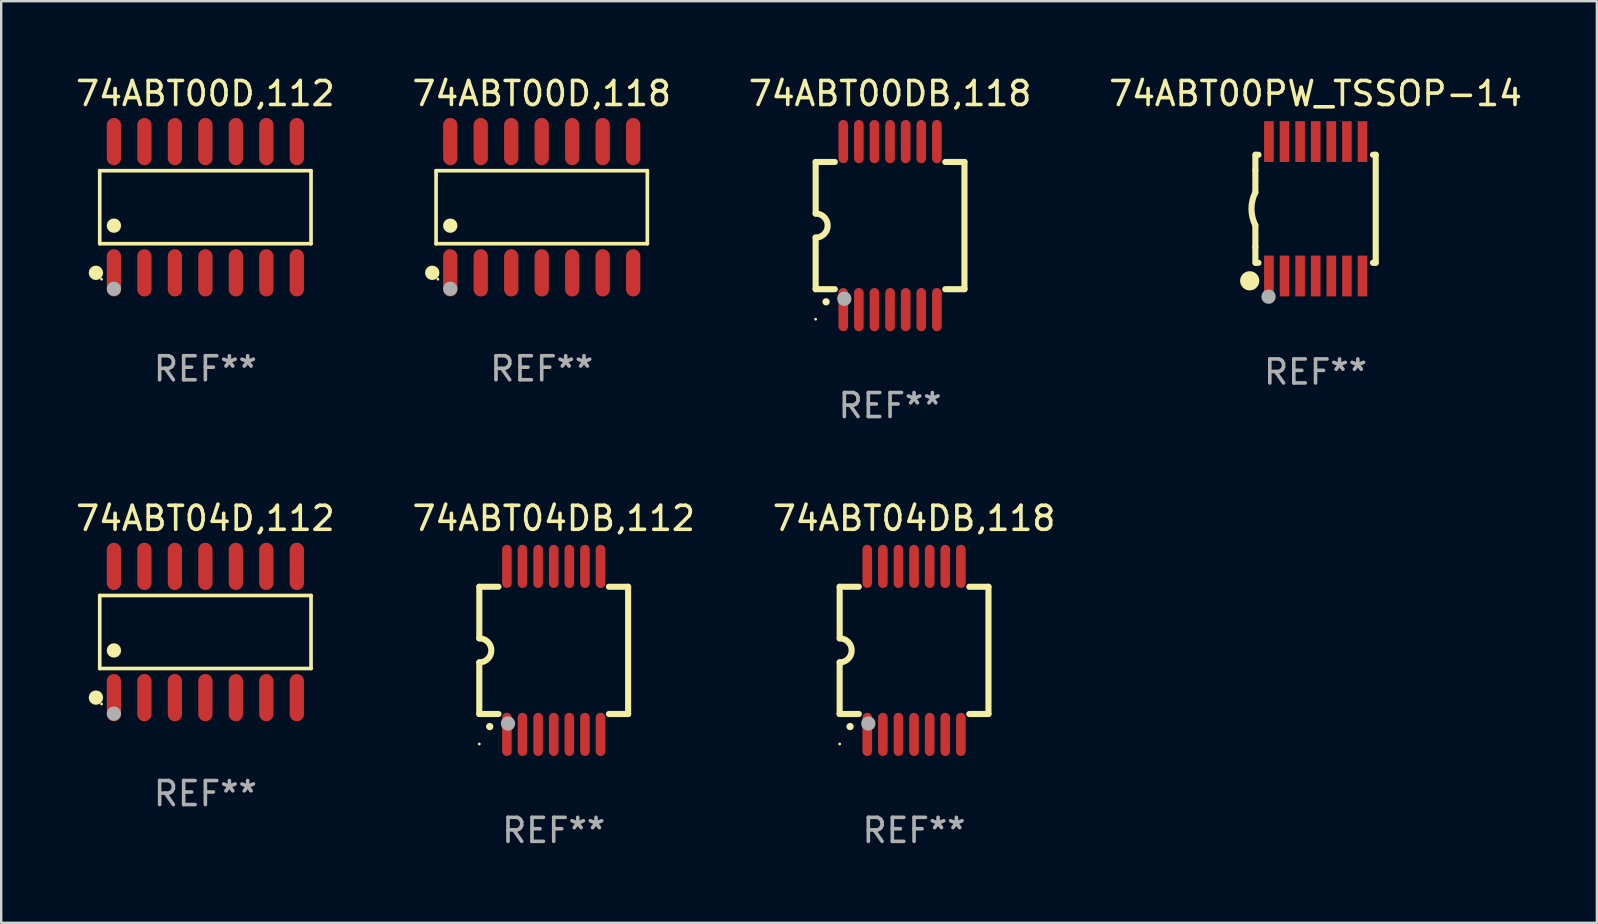
<source format=kicad_pcb>
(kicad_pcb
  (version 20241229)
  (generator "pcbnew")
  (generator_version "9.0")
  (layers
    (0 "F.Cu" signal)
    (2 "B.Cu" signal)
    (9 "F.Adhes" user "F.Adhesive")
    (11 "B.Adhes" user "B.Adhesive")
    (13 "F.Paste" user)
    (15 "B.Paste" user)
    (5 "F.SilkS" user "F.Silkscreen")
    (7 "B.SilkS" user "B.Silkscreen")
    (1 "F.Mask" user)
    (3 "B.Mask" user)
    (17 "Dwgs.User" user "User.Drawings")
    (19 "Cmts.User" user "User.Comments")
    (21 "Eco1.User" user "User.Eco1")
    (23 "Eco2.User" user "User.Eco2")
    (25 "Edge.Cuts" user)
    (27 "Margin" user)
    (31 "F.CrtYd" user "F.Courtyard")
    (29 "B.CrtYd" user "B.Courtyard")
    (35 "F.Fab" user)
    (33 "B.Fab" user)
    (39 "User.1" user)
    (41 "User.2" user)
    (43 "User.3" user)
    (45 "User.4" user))
  (footprint "74ABT00PW_TSSOP-14"
    (layer "F.Cu")
    (at 51.756 5.648)
    (property "Reference" "74ABT00PW_TSSOP-14" (at 0 -4.8 0) (layer "F.SilkS") (effects (font (size 1 1) (thickness 0.15))))
    (attr through_hole)
    (fp_line (start -2.507 -1.6) (end -2.507 -2.25) (stroke (width 0.254) (type solid)) (layer "F.SilkS"))
    (fp_line (start -2.507 -0.686) (end -2.507 -1.6) (stroke (width 0.254) (type solid)) (layer "F.SilkS"))
    (fp_line (start -2.507 1.6) (end -2.507 0.686) (stroke (width 0.254) (type solid)) (layer "F.SilkS"))
    (fp_line (start -2.507 1.6) (end -2.507 2.25) (stroke (width 0.254) (type solid)) (layer "F.SilkS"))
    (fp_line (start -2.493 -2.25) (end -2.377 -2.25) (stroke (width 0.254) (type solid)) (layer "F.SilkS"))
    (fp_line (start -2.377 2.25) (end -2.493 2.25) (stroke (width 0.254) (type solid)) (layer "F.SilkS"))
    (fp_line (start 2.392 -2.25) (end 2.507 -2.25) (stroke (width 0.254) (type solid)) (layer "F.SilkS"))
    (fp_line (start 2.507 -2.25) (end 2.507 2.25) (stroke (width 0.254) (type solid)) (layer "F.SilkS"))
    (fp_line (start 2.507 2.25) (end 2.392 2.25) (stroke (width 0.254) (type solid)) (layer "F.SilkS"))
    (fp_arc (start -2.507303 0.685802) (mid -2.669199 0) (end -2.507303 -0.685801) (stroke (width 0.254001) (type solid)) (layer "F.SilkS"))
    (fp_circle (center -2.743 3) (end -2.543 3) (stroke (width 0.4) (type solid)) (fill no) (layer "F.SilkS"))
    (fp_circle (center -2.493 3.2) (end -2.463 3.2) (stroke (width 0.06) (type solid)) (fill no) (layer "F.SilkS"))
    (fp_circle (center -1.957 3.662) (end -1.807 3.662) (stroke (width 0.3) (type solid)) (fill no) (layer "F.Fab"))
    (fp_text user "REF**" (at 0 6.8 0) (layer "F.Fab") (effects (font (size 1 1) (thickness 0.15))))
    (pad "1" smd rect (at -1.943 2.8) (size 0.4 1.7) (layers "F.Cu" "F.Mask" "F.Paste"))
    (pad "2" smd rect (at -1.293 2.8) (size 0.4 1.7) (layers "F.Cu" "F.Mask" "F.Paste"))
    (pad "3" smd rect (at -0.643 2.8) (size 0.4 1.7) (layers "F.Cu" "F.Mask" "F.Paste"))
    (pad "4" smd rect (at 0.007 2.8) (size 0.4 1.7) (layers "F.Cu" "F.Mask" "F.Paste"))
    (pad "5" smd rect (at 0.657 2.8) (size 0.4 1.7) (layers "F.Cu" "F.Mask" "F.Paste"))
    (pad "6" smd rect (at 1.307 2.8) (size 0.4 1.7) (layers "F.Cu" "F.Mask" "F.Paste"))
    (pad "7" smd rect (at 1.957 2.8) (size 0.4 1.7) (layers "F.Cu" "F.Mask" "F.Paste"))
    (pad "8" smd rect (at 1.957 -2.8) (size 0.4 1.7) (layers "F.Cu" "F.Mask" "F.Paste"))
    (pad "9" smd rect (at 1.307 -2.8) (size 0.4 1.7) (layers "F.Cu" "F.Mask" "F.Paste"))
    (pad "10" smd rect (at 0.657 -2.8) (size 0.4 1.7) (layers "F.Cu" "F.Mask" "F.Paste"))
    (pad "11" smd rect (at 0.007 -2.8) (size 0.4 1.7) (layers "F.Cu" "F.Mask" "F.Paste"))
    (pad "12" smd rect (at -0.643 -2.8) (size 0.4 1.7) (layers "F.Cu" "F.Mask" "F.Paste"))
    (pad "13" smd rect (at -1.293 -2.8) (size 0.4 1.7) (layers "F.Cu" "F.Mask" "F.Paste"))
    (pad "14" smd rect (at -1.943 -2.8) (size 0.4 1.7) (layers "F.Cu" "F.Mask" "F.Paste")))
  (footprint "74ABT04D,112"
    (layer "F.Cu")
    (at 5.506 23.279)
    (property "Reference" "74ABT04D,112" (at 0 -4.734 0) (layer "F.SilkS") (effects (font (size 1 1) (thickness 0.15))))
    (attr through_hole)
    (fp_line (start -4.401 -1.521) (end 4.401 -1.521) (stroke (width 0.152) (type solid)) (layer "F.SilkS"))
    (fp_line (start -4.401 1.521) (end -4.401 -1.521) (stroke (width 0.152) (type solid)) (layer "F.SilkS"))
    (fp_line (start 4.401 -1.521) (end 4.401 1.521) (stroke (width 0.152) (type solid)) (layer "F.SilkS"))
    (fp_line (start 4.401 1.521) (end -4.401 1.521) (stroke (width 0.152) (type solid)) (layer "F.SilkS"))
    (fp_circle (center -4.56 2.734) (end -4.41 2.734) (stroke (width 0.3) (type solid)) (fill no) (layer "F.SilkS"))
    (fp_circle (center -4.325 3) (end -4.295 3) (stroke (width 0.06) (type solid)) (fill no) (layer "F.SilkS"))
    (fp_circle (center -3.81 0.769) (end -3.66 0.769) (stroke (width 0.3) (type solid)) (fill no) (layer "F.SilkS"))
    (fp_circle (center -3.81 3.4) (end -3.66 3.4) (stroke (width 0.3) (type solid)) (fill no) (layer "F.Fab"))
    (fp_text user "REF**" (at 0 6.734 0) (layer "F.Fab") (effects (font (size 1 1) (thickness 0.15))))
    (pad "1" smd oval (at -3.81 2.734) (size 0.595 1.968) (layers "F.Cu" "F.Mask" "F.Paste"))
    (pad "2" smd oval (at -2.54 2.734) (size 0.595 1.968) (layers "F.Cu" "F.Mask" "F.Paste"))
    (pad "3" smd oval (at -1.27 2.734) (size 0.595 1.968) (layers "F.Cu" "F.Mask" "F.Paste"))
    (pad "4" smd oval (at 0 2.734) (size 0.595 1.968) (layers "F.Cu" "F.Mask" "F.Paste"))
    (pad "5" smd oval (at 1.27 2.734) (size 0.595 1.968) (layers "F.Cu" "F.Mask" "F.Paste"))
    (pad "6" smd oval (at 2.54 2.734) (size 0.595 1.968) (layers "F.Cu" "F.Mask" "F.Paste"))
    (pad "7" smd oval (at 3.81 2.734) (size 0.595 1.968) (layers "F.Cu" "F.Mask" "F.Paste"))
    (pad "8" smd oval (at 3.81 -2.734) (size 0.595 1.968) (layers "F.Cu" "F.Mask" "F.Paste"))
    (pad "9" smd oval (at 2.54 -2.734) (size 0.595 1.968) (layers "F.Cu" "F.Mask" "F.Paste"))
    (pad "10" smd oval (at 1.27 -2.734) (size 0.595 1.968) (layers "F.Cu" "F.Mask" "F.Paste"))
    (pad "11" smd oval (at 0 -2.734) (size 0.595 1.968) (layers "F.Cu" "F.Mask" "F.Paste"))
    (pad "12" smd oval (at -1.27 -2.734) (size 0.595 1.968) (layers "F.Cu" "F.Mask" "F.Paste"))
    (pad "13" smd oval (at -2.54 -2.734) (size 0.595 1.968) (layers "F.Cu" "F.Mask" "F.Paste"))
    (pad "14" smd oval (at -3.81 -2.734) (size 0.595 1.968) (layers "F.Cu" "F.Mask" "F.Paste")))
  (footprint "74ABT04DB,112"
    (layer "F.Cu")
    (at 20.018 24.045)
    (property "Reference" "74ABT04DB,112" (at 0 -5.5 0) (layer "F.SilkS") (effects (font (size 1 1) (thickness 0.15))))
    (attr through_hole)
    (fp_line (start -3.1 2.65) (end -3.1 0.5) (stroke (width 0.254) (type solid)) (layer "F.SilkS"))
    (fp_line (start -3.099 -2.65) (end -2.301 -2.65) (stroke (width 0.254) (type solid)) (layer "F.SilkS"))
    (fp_line (start -3.099 -0.5) (end -3.099 -2.65) (stroke (width 0.254) (type solid)) (layer "F.SilkS"))
    (fp_line (start -2.301 2.65) (end -3.1 2.65) (stroke (width 0.254) (type solid)) (layer "F.SilkS"))
    (fp_line (start 2.301 -2.65) (end 3.1 -2.65) (stroke (width 0.254) (type solid)) (layer "F.SilkS"))
    (fp_line (start 3.1 -2.65) (end 3.1 2.65) (stroke (width 0.254) (type solid)) (layer "F.SilkS"))
    (fp_line (start 3.1 2.65) (end 2.301 2.65) (stroke (width 0.254) (type solid)) (layer "F.SilkS"))
    (fp_arc (start -3.098806 -0.500381) (mid -2.598806 0) (end -3.098806 0.500381) (stroke (width 0.254001) (type solid)) (layer "F.SilkS"))
    (fp_arc (start -2.667005 3.175006) (mid -2.665735 3.175001) (end -2.664465 3.175006) (stroke (width 0.3) (type solid)) (layer "F.SilkS"))
    (fp_circle (center -3.1 3.9) (end -3.07 3.9) (stroke (width 0.06) (type solid)) (fill no) (layer "F.SilkS"))
    (fp_circle (center -1.905 3.048) (end -1.755 3.048) (stroke (width 0.3) (type solid)) (fill no) (layer "F.Fab"))
    (fp_text user "REF**" (at 0 7.5 0) (layer "F.Fab") (effects (font (size 1 1) (thickness 0.15))))
    (pad "1" smd oval (at -1.95 3.5 270) (size 1.8 0.4) (layers "F.Cu" "F.Mask" "F.Paste"))
    (pad "2" smd oval (at -1.3 3.5 270) (size 1.8 0.4) (layers "F.Cu" "F.Mask" "F.Paste"))
    (pad "3" smd oval (at -0.65 3.5 270) (size 1.8 0.4) (layers "F.Cu" "F.Mask" "F.Paste"))
    (pad "4" smd oval (at 0 3.5 270) (size 1.8 0.4) (layers "F.Cu" "F.Mask" "F.Paste"))
    (pad "5" smd oval (at 0.65 3.5 270) (size 1.8 0.4) (layers "F.Cu" "F.Mask" "F.Paste"))
    (pad "6" smd oval (at 1.3 3.5 270) (size 1.8 0.4) (layers "F.Cu" "F.Mask" "F.Paste"))
    (pad "7" smd oval (at 1.95 3.5 270) (size 1.8 0.4) (layers "F.Cu" "F.Mask" "F.Paste"))
    (pad "8" smd oval (at 1.95 -3.5 90) (size 1.8 0.4) (layers "F.Cu" "F.Mask" "F.Paste"))
    (pad "9" smd oval (at 1.3 -3.5 90) (size 1.8 0.4) (layers "F.Cu" "F.Mask" "F.Paste"))
    (pad "10" smd oval (at 0.65 -3.5 90) (size 1.8 0.4) (layers "F.Cu" "F.Mask" "F.Paste"))
    (pad "11" smd oval (at 0 -3.5 90) (size 1.8 0.4) (layers "F.Cu" "F.Mask" "F.Paste"))
    (pad "12" smd oval (at -0.65 -3.5 90) (size 1.8 0.4) (layers "F.Cu" "F.Mask" "F.Paste"))
    (pad "13" smd oval (at -1.3 -3.5 90) (size 1.8 0.4) (layers "F.Cu" "F.Mask" "F.Paste"))
    (pad "14" smd oval (at -1.95 -3.5 90) (size 1.8 0.4) (layers "F.Cu" "F.Mask" "F.Paste")))
  (footprint "74ABT00D,112"
    (layer "F.Cu")
    (at 5.506 5.582)
    (property "Reference" "74ABT00D,112" (at 0 -4.734 0) (layer "F.SilkS") (effects (font (size 1 1) (thickness 0.15))))
    (attr through_hole)
    (fp_line (start -4.401 -1.521) (end 4.401 -1.521) (stroke (width 0.152) (type solid)) (layer "F.SilkS"))
    (fp_line (start -4.401 1.521) (end -4.401 -1.521) (stroke (width 0.152) (type solid)) (layer "F.SilkS"))
    (fp_line (start 4.401 -1.521) (end 4.401 1.521) (stroke (width 0.152) (type solid)) (layer "F.SilkS"))
    (fp_line (start 4.401 1.521) (end -4.401 1.521) (stroke (width 0.152) (type solid)) (layer "F.SilkS"))
    (fp_circle (center -4.56 2.734) (end -4.41 2.734) (stroke (width 0.3) (type solid)) (fill no) (layer "F.SilkS"))
    (fp_circle (center -4.325 3) (end -4.295 3) (stroke (width 0.06) (type solid)) (fill no) (layer "F.SilkS"))
    (fp_circle (center -3.81 0.769) (end -3.66 0.769) (stroke (width 0.3) (type solid)) (fill no) (layer "F.SilkS"))
    (fp_circle (center -3.81 3.4) (end -3.66 3.4) (stroke (width 0.3) (type solid)) (fill no) (layer "F.Fab"))
    (fp_text user "REF**" (at 0 6.734 0) (layer "F.Fab") (effects (font (size 1 1) (thickness 0.15))))
    (pad "1" smd oval (at -3.81 2.734) (size 0.595 1.968) (layers "F.Cu" "F.Mask" "F.Paste"))
    (pad "2" smd oval (at -2.54 2.734) (size 0.595 1.968) (layers "F.Cu" "F.Mask" "F.Paste"))
    (pad "3" smd oval (at -1.27 2.734) (size 0.595 1.968) (layers "F.Cu" "F.Mask" "F.Paste"))
    (pad "4" smd oval (at 0 2.734) (size 0.595 1.968) (layers "F.Cu" "F.Mask" "F.Paste"))
    (pad "5" smd oval (at 1.27 2.734) (size 0.595 1.968) (layers "F.Cu" "F.Mask" "F.Paste"))
    (pad "6" smd oval (at 2.54 2.734) (size 0.595 1.968) (layers "F.Cu" "F.Mask" "F.Paste"))
    (pad "7" smd oval (at 3.81 2.734) (size 0.595 1.968) (layers "F.Cu" "F.Mask" "F.Paste"))
    (pad "8" smd oval (at 3.81 -2.734) (size 0.595 1.968) (layers "F.Cu" "F.Mask" "F.Paste"))
    (pad "9" smd oval (at 2.54 -2.734) (size 0.595 1.968) (layers "F.Cu" "F.Mask" "F.Paste"))
    (pad "10" smd oval (at 1.27 -2.734) (size 0.595 1.968) (layers "F.Cu" "F.Mask" "F.Paste"))
    (pad "11" smd oval (at 0 -2.734) (size 0.595 1.968) (layers "F.Cu" "F.Mask" "F.Paste"))
    (pad "12" smd oval (at -1.27 -2.734) (size 0.595 1.968) (layers "F.Cu" "F.Mask" "F.Paste"))
    (pad "13" smd oval (at -2.54 -2.734) (size 0.595 1.968) (layers "F.Cu" "F.Mask" "F.Paste"))
    (pad "14" smd oval (at -3.81 -2.734) (size 0.595 1.968) (layers "F.Cu" "F.Mask" "F.Paste")))
  (footprint "74ABT04DB,118"
    (layer "F.Cu")
    (at 35.03 24.045)
    (property "Reference" "74ABT04DB,118" (at 0 -5.5 0) (layer "F.SilkS") (effects (font (size 1 1) (thickness 0.15))))
    (attr through_hole)
    (fp_line (start -3.1 2.65) (end -3.1 0.5) (stroke (width 0.254) (type solid)) (layer "F.SilkS"))
    (fp_line (start -3.099 -2.65) (end -2.301 -2.65) (stroke (width 0.254) (type solid)) (layer "F.SilkS"))
    (fp_line (start -3.099 -0.5) (end -3.099 -2.65) (stroke (width 0.254) (type solid)) (layer "F.SilkS"))
    (fp_line (start -2.301 2.65) (end -3.1 2.65) (stroke (width 0.254) (type solid)) (layer "F.SilkS"))
    (fp_line (start 2.301 -2.65) (end 3.1 -2.65) (stroke (width 0.254) (type solid)) (layer "F.SilkS"))
    (fp_line (start 3.1 -2.65) (end 3.1 2.65) (stroke (width 0.254) (type solid)) (layer "F.SilkS"))
    (fp_line (start 3.1 2.65) (end 2.301 2.65) (stroke (width 0.254) (type solid)) (layer "F.SilkS"))
    (fp_arc (start -3.098806 -0.500381) (mid -2.598806 0) (end -3.098806 0.500381) (stroke (width 0.254001) (type solid)) (layer "F.SilkS"))
    (fp_arc (start -2.667005 3.175006) (mid -2.665735 3.175001) (end -2.664465 3.175006) (stroke (width 0.3) (type solid)) (layer "F.SilkS"))
    (fp_circle (center -3.1 3.9) (end -3.07 3.9) (stroke (width 0.06) (type solid)) (fill no) (layer "F.SilkS"))
    (fp_circle (center -1.905 3.048) (end -1.755 3.048) (stroke (width 0.3) (type solid)) (fill no) (layer "F.Fab"))
    (fp_text user "REF**" (at 0 7.5 0) (layer "F.Fab") (effects (font (size 1 1) (thickness 0.15))))
    (pad "1" smd oval (at -1.95 3.5 270) (size 1.8 0.4) (layers "F.Cu" "F.Mask" "F.Paste"))
    (pad "2" smd oval (at -1.3 3.5 270) (size 1.8 0.4) (layers "F.Cu" "F.Mask" "F.Paste"))
    (pad "3" smd oval (at -0.65 3.5 270) (size 1.8 0.4) (layers "F.Cu" "F.Mask" "F.Paste"))
    (pad "4" smd oval (at 0 3.5 270) (size 1.8 0.4) (layers "F.Cu" "F.Mask" "F.Paste"))
    (pad "5" smd oval (at 0.65 3.5 270) (size 1.8 0.4) (layers "F.Cu" "F.Mask" "F.Paste"))
    (pad "6" smd oval (at 1.3 3.5 270) (size 1.8 0.4) (layers "F.Cu" "F.Mask" "F.Paste"))
    (pad "7" smd oval (at 1.95 3.5 270) (size 1.8 0.4) (layers "F.Cu" "F.Mask" "F.Paste"))
    (pad "8" smd oval (at 1.95 -3.5 90) (size 1.8 0.4) (layers "F.Cu" "F.Mask" "F.Paste"))
    (pad "9" smd oval (at 1.3 -3.5 90) (size 1.8 0.4) (layers "F.Cu" "F.Mask" "F.Paste"))
    (pad "10" smd oval (at 0.65 -3.5 90) (size 1.8 0.4) (layers "F.Cu" "F.Mask" "F.Paste"))
    (pad "11" smd oval (at 0 -3.5 90) (size 1.8 0.4) (layers "F.Cu" "F.Mask" "F.Paste"))
    (pad "12" smd oval (at -0.65 -3.5 90) (size 1.8 0.4) (layers "F.Cu" "F.Mask" "F.Paste"))
    (pad "13" smd oval (at -1.3 -3.5 90) (size 1.8 0.4) (layers "F.Cu" "F.Mask" "F.Paste"))
    (pad "14" smd oval (at -1.95 -3.5 90) (size 1.8 0.4) (layers "F.Cu" "F.Mask" "F.Paste")))
  (footprint "74ABT00DB,118"
    (layer "F.Cu")
    (at 34.03 6.348)
    (property "Reference" "74ABT00DB,118" (at 0 -5.5 0) (layer "F.SilkS") (effects (font (size 1 1) (thickness 0.15))))
    (attr through_hole)
    (fp_line (start -3.1 2.65) (end -3.1 0.5) (stroke (width 0.254) (type solid)) (layer "F.SilkS"))
    (fp_line (start -3.099 -2.65) (end -2.301 -2.65) (stroke (width 0.254) (type solid)) (layer "F.SilkS"))
    (fp_line (start -3.099 -0.5) (end -3.099 -2.65) (stroke (width 0.254) (type solid)) (layer "F.SilkS"))
    (fp_line (start -2.301 2.65) (end -3.1 2.65) (stroke (width 0.254) (type solid)) (layer "F.SilkS"))
    (fp_line (start 2.301 -2.65) (end 3.1 -2.65) (stroke (width 0.254) (type solid)) (layer "F.SilkS"))
    (fp_line (start 3.1 -2.65) (end 3.1 2.65) (stroke (width 0.254) (type solid)) (layer "F.SilkS"))
    (fp_line (start 3.1 2.65) (end 2.301 2.65) (stroke (width 0.254) (type solid)) (layer "F.SilkS"))
    (fp_arc (start -3.098806 -0.500381) (mid -2.598806 0) (end -3.098806 0.500381) (stroke (width 0.254001) (type solid)) (layer "F.SilkS"))
    (fp_arc (start -2.667005 3.175006) (mid -2.665735 3.175001) (end -2.664465 3.175006) (stroke (width 0.3) (type solid)) (layer "F.SilkS"))
    (fp_circle (center -3.1 3.9) (end -3.07 3.9) (stroke (width 0.06) (type solid)) (fill no) (layer "F.SilkS"))
    (fp_circle (center -1.905 3.048) (end -1.755 3.048) (stroke (width 0.3) (type solid)) (fill no) (layer "F.Fab"))
    (fp_text user "REF**" (at 0 7.5 0) (layer "F.Fab") (effects (font (size 1 1) (thickness 0.15))))
    (pad "1" smd oval (at -1.95 3.5 270) (size 1.8 0.4) (layers "F.Cu" "F.Mask" "F.Paste"))
    (pad "2" smd oval (at -1.3 3.5 270) (size 1.8 0.4) (layers "F.Cu" "F.Mask" "F.Paste"))
    (pad "3" smd oval (at -0.65 3.5 270) (size 1.8 0.4) (layers "F.Cu" "F.Mask" "F.Paste"))
    (pad "4" smd oval (at 0 3.5 270) (size 1.8 0.4) (layers "F.Cu" "F.Mask" "F.Paste"))
    (pad "5" smd oval (at 0.65 3.5 270) (size 1.8 0.4) (layers "F.Cu" "F.Mask" "F.Paste"))
    (pad "6" smd oval (at 1.3 3.5 270) (size 1.8 0.4) (layers "F.Cu" "F.Mask" "F.Paste"))
    (pad "7" smd oval (at 1.95 3.5 270) (size 1.8 0.4) (layers "F.Cu" "F.Mask" "F.Paste"))
    (pad "8" smd oval (at 1.95 -3.5 90) (size 1.8 0.4) (layers "F.Cu" "F.Mask" "F.Paste"))
    (pad "9" smd oval (at 1.3 -3.5 90) (size 1.8 0.4) (layers "F.Cu" "F.Mask" "F.Paste"))
    (pad "10" smd oval (at 0.65 -3.5 90) (size 1.8 0.4) (layers "F.Cu" "F.Mask" "F.Paste"))
    (pad "11" smd oval (at 0 -3.5 90) (size 1.8 0.4) (layers "F.Cu" "F.Mask" "F.Paste"))
    (pad "12" smd oval (at -0.65 -3.5 90) (size 1.8 0.4) (layers "F.Cu" "F.Mask" "F.Paste"))
    (pad "13" smd oval (at -1.3 -3.5 90) (size 1.8 0.4) (layers "F.Cu" "F.Mask" "F.Paste"))
    (pad "14" smd oval (at -1.95 -3.5 90) (size 1.8 0.4) (layers "F.Cu" "F.Mask" "F.Paste")))
  (footprint "74ABT00D,118"
    (layer "F.Cu")
    (at 19.518 5.582)
    (property "Reference" "74ABT00D,118" (at 0 -4.734 0) (layer "F.SilkS") (effects (font (size 1 1) (thickness 0.15))))
    (attr through_hole)
    (fp_line (start -4.401 -1.521) (end 4.401 -1.521) (stroke (width 0.152) (type solid)) (layer "F.SilkS"))
    (fp_line (start -4.401 1.521) (end -4.401 -1.521) (stroke (width 0.152) (type solid)) (layer "F.SilkS"))
    (fp_line (start 4.401 -1.521) (end 4.401 1.521) (stroke (width 0.152) (type solid)) (layer "F.SilkS"))
    (fp_line (start 4.401 1.521) (end -4.401 1.521) (stroke (width 0.152) (type solid)) (layer "F.SilkS"))
    (fp_circle (center -4.56 2.734) (end -4.41 2.734) (stroke (width 0.3) (type solid)) (fill no) (layer "F.SilkS"))
    (fp_circle (center -4.325 3) (end -4.295 3) (stroke (width 0.06) (type solid)) (fill no) (layer "F.SilkS"))
    (fp_circle (center -3.81 0.769) (end -3.66 0.769) (stroke (width 0.3) (type solid)) (fill no) (layer "F.SilkS"))
    (fp_circle (center -3.81 3.4) (end -3.66 3.4) (stroke (width 0.3) (type solid)) (fill no) (layer "F.Fab"))
    (fp_text user "REF**" (at 0 6.734 0) (layer "F.Fab") (effects (font (size 1 1) (thickness 0.15))))
    (pad "1" smd oval (at -3.81 2.734) (size 0.595 1.968) (layers "F.Cu" "F.Mask" "F.Paste"))
    (pad "2" smd oval (at -2.54 2.734) (size 0.595 1.968) (layers "F.Cu" "F.Mask" "F.Paste"))
    (pad "3" smd oval (at -1.27 2.734) (size 0.595 1.968) (layers "F.Cu" "F.Mask" "F.Paste"))
    (pad "4" smd oval (at 0 2.734) (size 0.595 1.968) (layers "F.Cu" "F.Mask" "F.Paste"))
    (pad "5" smd oval (at 1.27 2.734) (size 0.595 1.968) (layers "F.Cu" "F.Mask" "F.Paste"))
    (pad "6" smd oval (at 2.54 2.734) (size 0.595 1.968) (layers "F.Cu" "F.Mask" "F.Paste"))
    (pad "7" smd oval (at 3.81 2.734) (size 0.595 1.968) (layers "F.Cu" "F.Mask" "F.Paste"))
    (pad "8" smd oval (at 3.81 -2.734) (size 0.595 1.968) (layers "F.Cu" "F.Mask" "F.Paste"))
    (pad "9" smd oval (at 2.54 -2.734) (size 0.595 1.968) (layers "F.Cu" "F.Mask" "F.Paste"))
    (pad "10" smd oval (at 1.27 -2.734) (size 0.595 1.968) (layers "F.Cu" "F.Mask" "F.Paste"))
    (pad "11" smd oval (at 0 -2.734) (size 0.595 1.968) (layers "F.Cu" "F.Mask" "F.Paste"))
    (pad "12" smd oval (at -1.27 -2.734) (size 0.595 1.968) (layers "F.Cu" "F.Mask" "F.Paste"))
    (pad "13" smd oval (at -2.54 -2.734) (size 0.595 1.968) (layers "F.Cu" "F.Mask" "F.Paste"))
    (pad "14" smd oval (at -3.81 -2.734) (size 0.595 1.968) (layers "F.Cu" "F.Mask" "F.Paste")))
  (gr_rect
    (start -3 -3)
    (end 63.476 35.393)
    (stroke (width 0.1) (type default))
    (fill no)
    (layer "Edge.Cuts")))
</source>
